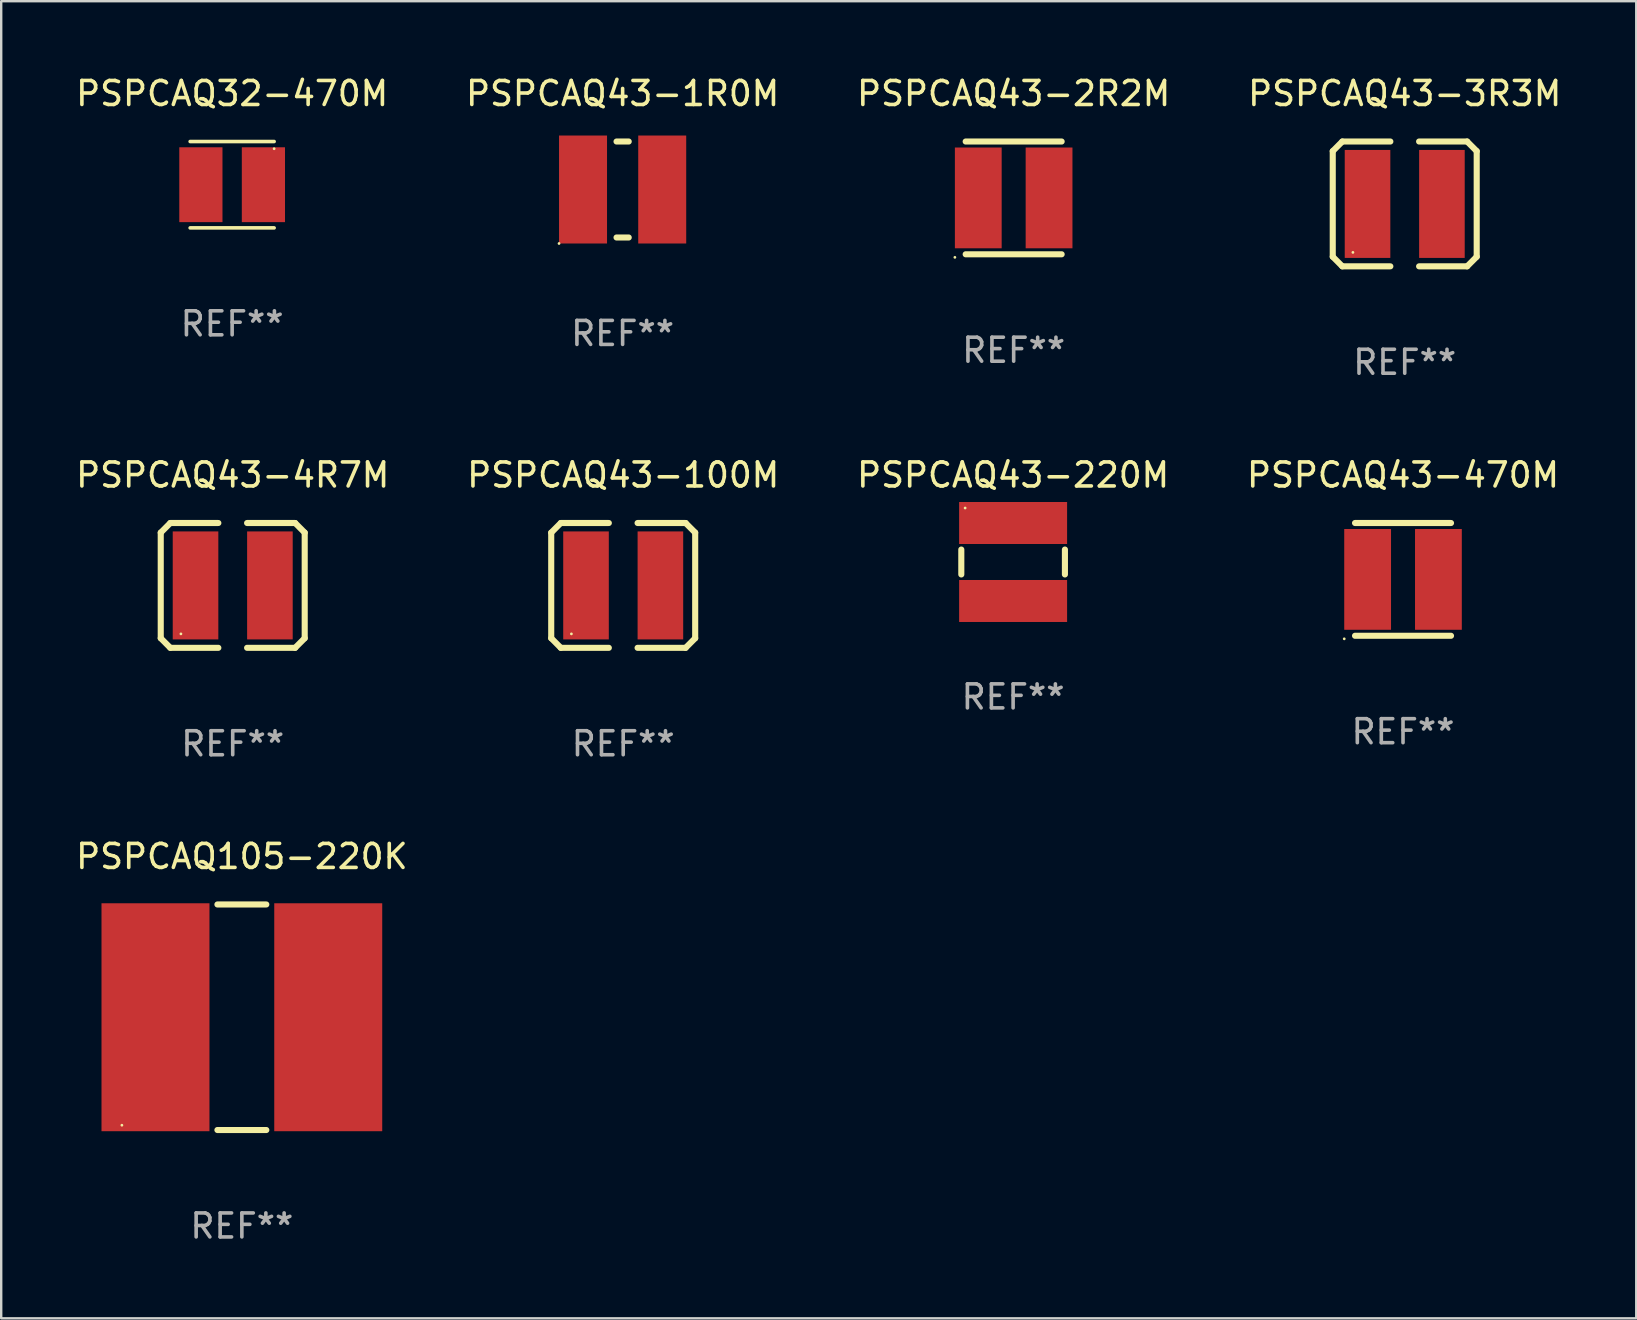
<source format=kicad_pcb>
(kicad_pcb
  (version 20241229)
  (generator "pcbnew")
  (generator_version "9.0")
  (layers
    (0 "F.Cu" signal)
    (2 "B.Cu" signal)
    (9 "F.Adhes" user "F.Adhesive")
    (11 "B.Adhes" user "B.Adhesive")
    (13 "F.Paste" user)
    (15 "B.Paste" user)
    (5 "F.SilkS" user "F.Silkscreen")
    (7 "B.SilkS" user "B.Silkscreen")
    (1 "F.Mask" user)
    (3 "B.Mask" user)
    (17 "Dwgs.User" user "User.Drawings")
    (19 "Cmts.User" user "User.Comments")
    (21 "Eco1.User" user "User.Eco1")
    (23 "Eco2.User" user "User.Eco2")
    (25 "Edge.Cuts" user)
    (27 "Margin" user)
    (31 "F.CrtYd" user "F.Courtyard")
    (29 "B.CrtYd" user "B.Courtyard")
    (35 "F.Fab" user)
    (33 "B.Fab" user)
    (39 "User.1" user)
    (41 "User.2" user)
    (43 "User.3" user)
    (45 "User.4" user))
  (footprint "PSPCAQ43-220M"
    (layer "F.Cu")
    (at 39.173 20.372)
    (property "Reference" "PSPCAQ43-220M" (at 0 -3.625 0) (layer "F.SilkS") (effects (font (size 1 1) (thickness 0.15))))
    (attr through_hole)
    (fp_line (start -2.159 -0.519) (end -2.159 0.519) (stroke (width 0.254) (type solid)) (layer "F.SilkS"))
    (fp_line (start 2.159 0.519) (end 2.159 -0.519) (stroke (width 0.254) (type solid)) (layer "F.SilkS"))
    (fp_circle (center -2 -2.25) (end -1.97 -2.25) (stroke (width 0.06) (type solid)) (fill no) (layer "F.SilkS"))
    (fp_text user "REF**" (at 0 5.625 0) (layer "F.Fab") (effects (font (size 1 1) (thickness 0.15))))
    (pad "1" smd rect (at 0 -1.625 90) (size 1.75 4.5) (layers "F.Cu" "F.Mask" "F.Paste"))
    (pad "2" smd rect (at 0 1.625 90) (size 1.75 4.5) (layers "F.Cu" "F.Mask" "F.Paste")))
  (footprint "PSPCAQ43-100M"
    (layer "F.Cu")
    (at 22.923 21.348)
    (property "Reference" "PSPCAQ43-100M" (at 0 -4.601 0) (layer "F.SilkS") (effects (font (size 1 1) (thickness 0.15))))
    (attr through_hole)
    (fp_line (start -3 -2.2) (end -2.601 -2.601) (stroke (width 0.254) (type solid)) (layer "F.SilkS"))
    (fp_line (start -3 2.2) (end -3 -2.2) (stroke (width 0.254) (type solid)) (layer "F.SilkS"))
    (fp_line (start -2.601 -2.601) (end -0.599 -2.601) (stroke (width 0.254) (type solid)) (layer "F.SilkS"))
    (fp_line (start -2.601 2.601) (end -3 2.2) (stroke (width 0.254) (type solid)) (layer "F.SilkS"))
    (fp_line (start -0.599 2.601) (end -2.601 2.601) (stroke (width 0.254) (type solid)) (layer "F.SilkS"))
    (fp_line (start 0.599 -2.601) (end 2.601 -2.601) (stroke (width 0.254) (type solid)) (layer "F.SilkS"))
    (fp_line (start 2.601 -2.601) (end 3 -2.2) (stroke (width 0.254) (type solid)) (layer "F.SilkS"))
    (fp_line (start 2.601 2.601) (end 0.599 2.601) (stroke (width 0.254) (type solid)) (layer "F.SilkS"))
    (fp_line (start 3 -2.2) (end 3 2.2) (stroke (width 0.254) (type solid)) (layer "F.SilkS"))
    (fp_line (start 3 2.2) (end 2.601 2.601) (stroke (width 0.254) (type solid)) (layer "F.SilkS"))
    (fp_circle (center -2.159 2.02) (end -2.129 2.02) (stroke (width 0.06) (type solid)) (fill no) (layer "F.SilkS"))
    (fp_text user "REF**" (at 0 6.601 0) (layer "F.Fab") (effects (font (size 1 1) (thickness 0.15))))
    (pad "1" smd rect (at -1.55 0) (size 1.9 4.5) (layers "F.Cu" "F.Mask" "F.Paste"))
    (pad "2" smd rect (at 1.55 0) (size 1.9 4.5) (layers "F.Cu" "F.Mask" "F.Paste")))
  (footprint "PSPCAQ43-470M"
    (layer "F.Cu")
    (at 55.423 21.097)
    (property "Reference" "PSPCAQ43-470M" (at 0 -4.35 0) (layer "F.SilkS") (effects (font (size 1 1) (thickness 0.15))))
    (attr through_hole)
    (fp_line (start -2 -2.35) (end 2 -2.35) (stroke (width 0.254) (type solid)) (layer "F.SilkS"))
    (fp_line (start -2 2.35) (end 2 2.35) (stroke (width 0.254) (type solid)) (layer "F.SilkS"))
    (fp_circle (center -2.45 2.477) (end -2.42 2.477) (stroke (width 0.06) (type solid)) (fill no) (layer "F.SilkS"))
    (fp_text user "REF**" (at 0 6.35 0) (layer "F.Fab") (effects (font (size 1 1) (thickness 0.15))))
    (pad "1" smd rect (at -1.475 0 90) (size 4.2 1.95) (layers "F.Cu" "F.Mask" "F.Paste"))
    (pad "2" smd rect (at 1.475 0 90) (size 4.2 1.95) (layers "F.Cu" "F.Mask" "F.Paste")))
  (footprint "PSPCAQ43-1R0M"
    (layer "F.Cu")
    (at 22.899 4.848)
    (property "Reference" "PSPCAQ43-1R0M" (at 0 -4 0) (layer "F.SilkS") (effects (font (size 1 1) (thickness 0.15))))
    (attr through_hole)
    (fp_line (start -0.254 -2) (end 0.254 -2) (stroke (width 0.254) (type solid)) (layer "F.SilkS"))
    (fp_line (start -0.254 2) (end 0.254 2) (stroke (width 0.254) (type solid)) (layer "F.SilkS"))
    (fp_circle (center -2.65 2.25) (end -2.62 2.25) (stroke (width 0.06) (type solid)) (fill no) (layer "F.SilkS"))
    (fp_text user "REF**" (at 0 6 0) (layer "F.Fab") (effects (font (size 1 1) (thickness 0.15))))
    (pad "1" smd rect (at -1.65 0 90) (size 4.5 2) (layers "F.Cu" "F.Mask" "F.Paste"))
    (pad "2" smd rect (at 1.65 0 90) (size 4.5 2) (layers "F.Cu" "F.Mask" "F.Paste")))
  (footprint "PSPCAQ43-2R2M"
    (layer "F.Cu")
    (at 39.196 5.198)
    (property "Reference" "PSPCAQ43-2R2M" (at 0 -4.35 0) (layer "F.SilkS") (effects (font (size 1 1) (thickness 0.15))))
    (attr through_hole)
    (fp_line (start -2 -2.35) (end 2 -2.35) (stroke (width 0.254) (type solid)) (layer "F.SilkS"))
    (fp_line (start -2 2.35) (end 2 2.35) (stroke (width 0.254) (type solid)) (layer "F.SilkS"))
    (fp_circle (center -2.45 2.477) (end -2.42 2.477) (stroke (width 0.06) (type solid)) (fill no) (layer "F.SilkS"))
    (fp_text user "REF**" (at 0 6.35 0) (layer "F.Fab") (effects (font (size 1 1) (thickness 0.15))))
    (pad "1" smd rect (at -1.475 0 90) (size 4.2 1.95) (layers "F.Cu" "F.Mask" "F.Paste"))
    (pad "2" smd rect (at 1.475 0 90) (size 4.2 1.95) (layers "F.Cu" "F.Mask" "F.Paste")))
  (footprint "PSPCAQ43-4R7M"
    (layer "F.Cu")
    (at 6.649 21.348)
    (property "Reference" "PSPCAQ43-4R7M" (at 0 -4.601 0) (layer "F.SilkS") (effects (font (size 1 1) (thickness 0.15))))
    (attr through_hole)
    (fp_line (start -3 -2.2) (end -2.601 -2.601) (stroke (width 0.254) (type solid)) (layer "F.SilkS"))
    (fp_line (start -3 2.2) (end -3 -2.2) (stroke (width 0.254) (type solid)) (layer "F.SilkS"))
    (fp_line (start -2.601 -2.601) (end -0.599 -2.601) (stroke (width 0.254) (type solid)) (layer "F.SilkS"))
    (fp_line (start -2.601 2.601) (end -3 2.2) (stroke (width 0.254) (type solid)) (layer "F.SilkS"))
    (fp_line (start -0.599 2.601) (end -2.601 2.601) (stroke (width 0.254) (type solid)) (layer "F.SilkS"))
    (fp_line (start 0.599 -2.601) (end 2.601 -2.601) (stroke (width 0.254) (type solid)) (layer "F.SilkS"))
    (fp_line (start 2.601 -2.601) (end 3 -2.2) (stroke (width 0.254) (type solid)) (layer "F.SilkS"))
    (fp_line (start 2.601 2.601) (end 0.599 2.601) (stroke (width 0.254) (type solid)) (layer "F.SilkS"))
    (fp_line (start 3 -2.2) (end 3 2.2) (stroke (width 0.254) (type solid)) (layer "F.SilkS"))
    (fp_line (start 3 2.2) (end 2.601 2.601) (stroke (width 0.254) (type solid)) (layer "F.SilkS"))
    (fp_circle (center -2.159 2.02) (end -2.129 2.02) (stroke (width 0.06) (type solid)) (fill no) (layer "F.SilkS"))
    (fp_text user "REF**" (at 0 6.601 0) (layer "F.Fab") (effects (font (size 1 1) (thickness 0.15))))
    (pad "1" smd rect (at -1.55 0) (size 1.9 4.5) (layers "F.Cu" "F.Mask" "F.Paste"))
    (pad "2" smd rect (at 1.55 0) (size 1.9 4.5) (layers "F.Cu" "F.Mask" "F.Paste")))
  (footprint "PSPCAQ32-470M"
    (layer "F.Cu")
    (at 6.625 4.648)
    (property "Reference" "PSPCAQ32-470M" (at 0 -3.8 0) (layer "F.SilkS") (effects (font (size 1 1) (thickness 0.15))))
    (attr through_hole)
    (fp_line (start -1.75 -1.8) (end 1.75 -1.8) (stroke (width 0.15) (type solid)) (layer "F.SilkS"))
    (fp_line (start 1.75 1.8) (end -1.75 1.8) (stroke (width 0.15) (type solid)) (layer "F.SilkS"))
    (fp_circle (center 1.75 -1.5) (end 1.78 -1.5) (stroke (width 0.06) (type solid)) (fill no) (layer "F.SilkS"))
    (fp_text user "REF**" (at 0 5.8 0) (layer "F.Fab") (effects (font (size 1 1) (thickness 0.15))))
    (pad "1" smd rect (at 1.303 0.000051) (size 1.8 3.12) (layers "F.Cu" "F.Mask" "F.Paste"))
    (pad "2" smd rect (at -1.303 0.000051) (size 1.8 3.12) (layers "F.Cu" "F.Mask" "F.Paste")))
  (footprint "PSPCAQ43-3R3M"
    (layer "F.Cu")
    (at 55.494 5.449)
    (property "Reference" "PSPCAQ43-3R3M" (at 0 -4.601 0) (layer "F.SilkS") (effects (font (size 1 1) (thickness 0.15))))
    (attr through_hole)
    (fp_line (start -3 -2.2) (end -2.601 -2.601) (stroke (width 0.254) (type solid)) (layer "F.SilkS"))
    (fp_line (start -3 2.2) (end -3 -2.2) (stroke (width 0.254) (type solid)) (layer "F.SilkS"))
    (fp_line (start -2.601 -2.601) (end -0.599 -2.601) (stroke (width 0.254) (type solid)) (layer "F.SilkS"))
    (fp_line (start -2.601 2.601) (end -3 2.2) (stroke (width 0.254) (type solid)) (layer "F.SilkS"))
    (fp_line (start -0.599 2.601) (end -2.601 2.601) (stroke (width 0.254) (type solid)) (layer "F.SilkS"))
    (fp_line (start 0.599 -2.601) (end 2.601 -2.601) (stroke (width 0.254) (type solid)) (layer "F.SilkS"))
    (fp_line (start 2.601 -2.601) (end 3 -2.2) (stroke (width 0.254) (type solid)) (layer "F.SilkS"))
    (fp_line (start 2.601 2.601) (end 0.599 2.601) (stroke (width 0.254) (type solid)) (layer "F.SilkS"))
    (fp_line (start 3 -2.2) (end 3 2.2) (stroke (width 0.254) (type solid)) (layer "F.SilkS"))
    (fp_line (start 3 2.2) (end 2.601 2.601) (stroke (width 0.254) (type solid)) (layer "F.SilkS"))
    (fp_circle (center -2.159 2.02) (end -2.129 2.02) (stroke (width 0.06) (type solid)) (fill no) (layer "F.SilkS"))
    (fp_text user "REF**" (at 0 6.601 0) (layer "F.Fab") (effects (font (size 1 1) (thickness 0.15))))
    (pad "1" smd rect (at -1.55 0) (size 1.9 4.5) (layers "F.Cu" "F.Mask" "F.Paste"))
    (pad "2" smd rect (at 1.55 0) (size 1.9 4.5) (layers "F.Cu" "F.Mask" "F.Paste")))
  (footprint "PSPCAQ105-220K"
    (layer "F.Cu")
    (at 7.03 39.345)
    (property "Reference" "PSPCAQ105-220K" (at 0 -6.7 0) (layer "F.SilkS") (effects (font (size 1 1) (thickness 0.15))))
    (attr through_hole)
    (fp_line (start -1.019 -4.7) (end 1.019 -4.7) (stroke (width 0.254) (type solid)) (layer "F.SilkS"))
    (fp_line (start -1.019 4.7) (end 1.019 4.7) (stroke (width 0.254) (type solid)) (layer "F.SilkS"))
    (fp_circle (center -5 4.5) (end -4.97 4.5) (stroke (width 0.06) (type solid)) (fill no) (layer "F.SilkS"))
    (fp_text user "REF**" (at 0 8.7 0) (layer "F.Fab") (effects (font (size 1 1) (thickness 0.15))))
    (pad "1" smd rect (at -3.6 0) (size 4.5 9.5) (layers "F.Cu" "F.Mask" "F.Paste"))
    (pad "2" smd rect (at 3.6 0) (size 4.5 9.5) (layers "F.Cu" "F.Mask" "F.Paste")))
  (gr_rect
    (start -3 -3)
    (end 65.143 51.893)
    (stroke (width 0.1) (type default))
    (fill no)
    (layer "Edge.Cuts")))
</source>
